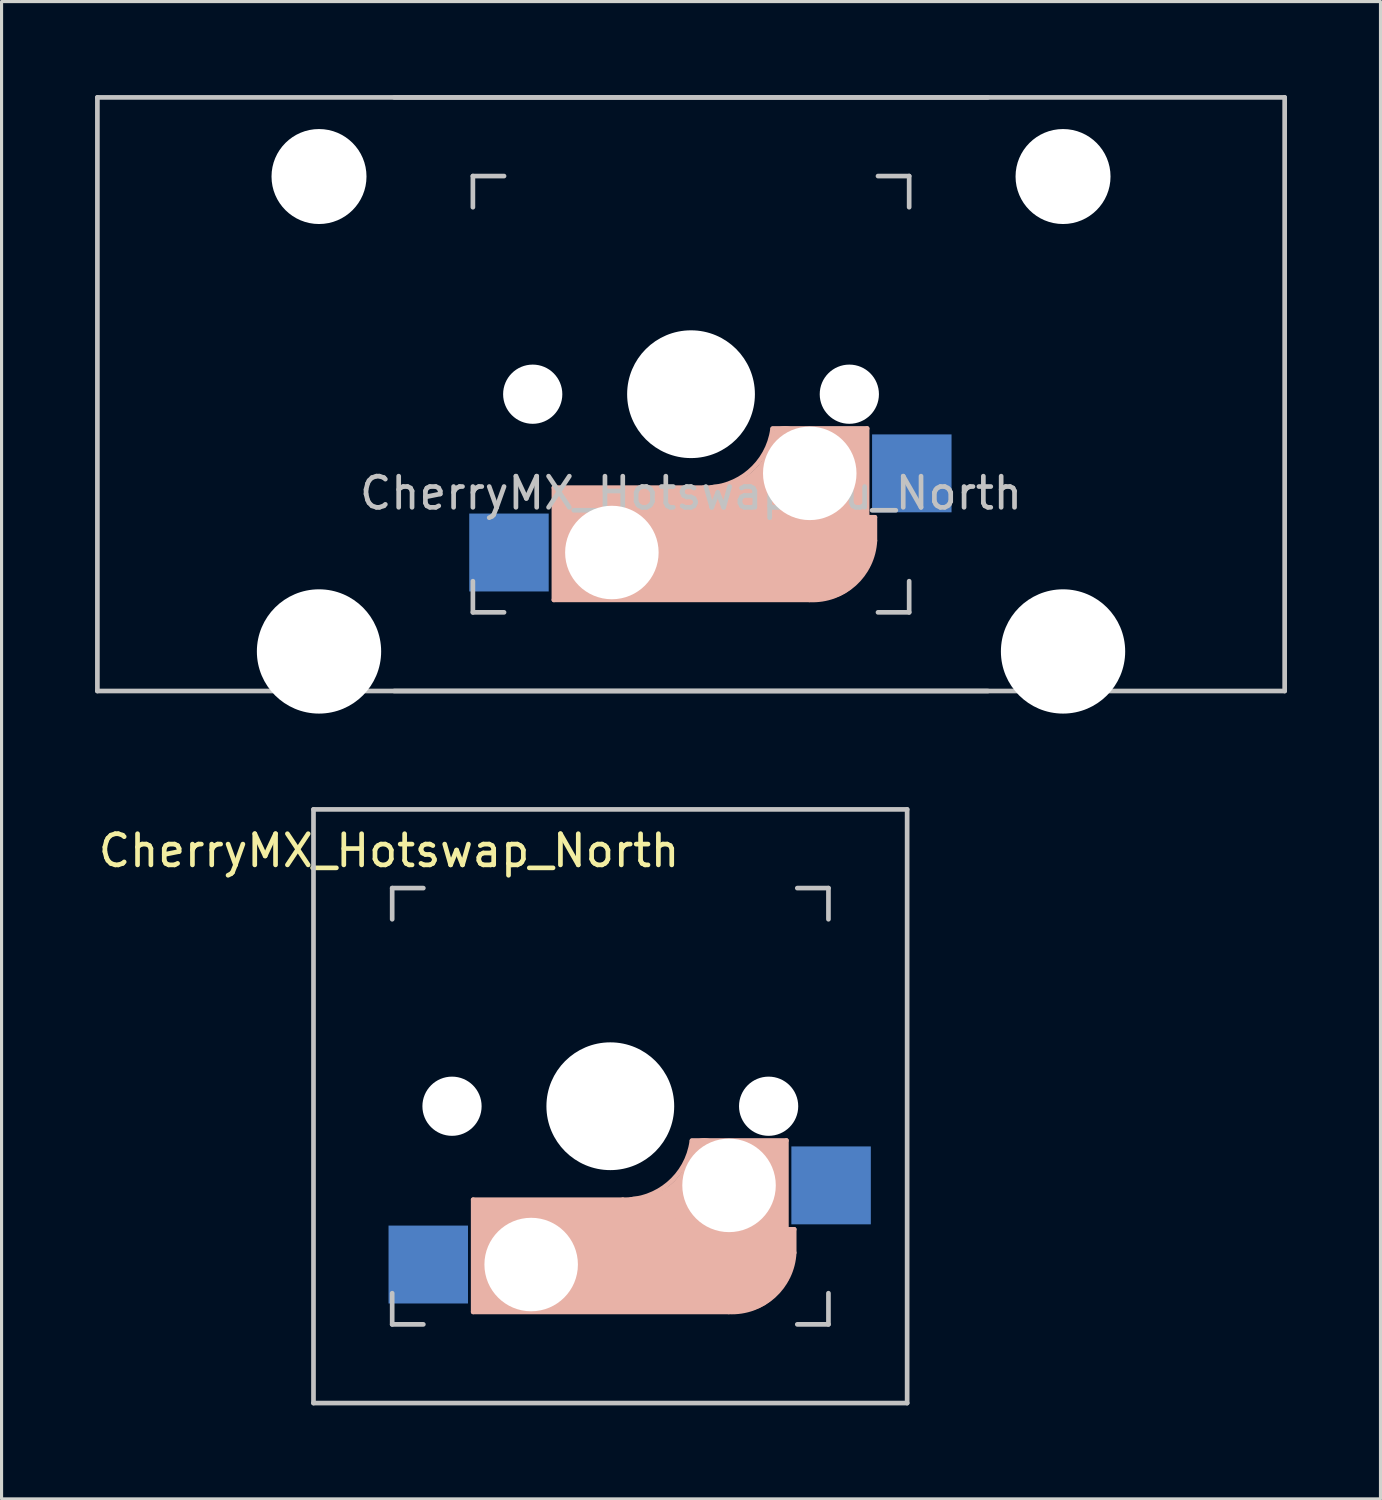
<source format=kicad_pcb>
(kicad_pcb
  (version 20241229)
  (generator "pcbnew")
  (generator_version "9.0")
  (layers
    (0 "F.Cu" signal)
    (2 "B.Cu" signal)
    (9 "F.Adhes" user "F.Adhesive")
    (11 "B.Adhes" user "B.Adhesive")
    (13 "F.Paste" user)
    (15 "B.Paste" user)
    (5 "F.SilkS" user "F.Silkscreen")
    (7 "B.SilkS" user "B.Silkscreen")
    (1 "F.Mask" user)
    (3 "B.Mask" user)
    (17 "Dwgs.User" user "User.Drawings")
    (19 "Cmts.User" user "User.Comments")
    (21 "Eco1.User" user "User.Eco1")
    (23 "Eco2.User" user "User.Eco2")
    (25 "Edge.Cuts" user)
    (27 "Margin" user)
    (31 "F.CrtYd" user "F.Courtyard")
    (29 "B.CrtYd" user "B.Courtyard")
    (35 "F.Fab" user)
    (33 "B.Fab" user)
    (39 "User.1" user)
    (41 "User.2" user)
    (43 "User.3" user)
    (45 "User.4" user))
  (footprint "CherryMX_Hotswap_2u_North"
    (layer "F.Cu")
    (at 19.125 9.6)
    (property "Reference" "CherryMX_Hotswap_2u_North" (at 0 3.175 0) (layer "Dwgs.User") (effects (font (size 1 1) (thickness 0.15))))
    (attr through_hole)
    (fp_line (start -4.4 3) (end -4.4 6.6) (stroke (width 0.15) (type solid)) (layer "B.SilkS"))
    (fp_line (start -4.4 6.6) (end 3.8 6.6) (stroke (width 0.15) (type solid)) (layer "B.SilkS"))
    (fp_line (start -4.38 4) (end -4.38 6.25) (stroke (width 0.15) (type solid)) (layer "B.SilkS"))
    (fp_line (start -4.25 6.4) (end -3 6.4) (stroke (width 0.4) (type solid)) (layer "B.SilkS"))
    (fp_line (start -4.2 3.25) (end -2.9 3.3) (stroke (width 0.5) (type solid)) (layer "B.SilkS"))
    (fp_line (start -3.9 6) (end -3.9 3.5) (stroke (width 1) (type solid)) (layer "B.SilkS"))
    (fp_line (start -2.6 4.8) (end 4.1 4.8) (stroke (width 3.5) (type solid)) (layer "B.SilkS"))
    (fp_line (start 0.4 3) (end -4.4 3) (stroke (width 0.15) (type solid)) (layer "B.SilkS"))
    (fp_line (start 4.17 5.1) (end 4.17 2.86) (stroke (width 3) (type solid)) (layer "B.SilkS"))
    (fp_line (start 5.3 1.6) (end 5.3 3.4) (stroke (width 0.8) (type solid)) (layer "B.SilkS"))
    (fp_line (start 5.45 1.3) (end 3 1.3) (stroke (width 0.5) (type solid)) (layer "B.SilkS"))
    (fp_line (start 5.65 1.1) (end 2.62 1.1) (stroke (width 0.15) (type solid)) (layer "B.SilkS"))
    (fp_line (start 5.65 5.55) (end 5.65 1.1) (stroke (width 0.15) (type solid)) (layer "B.SilkS"))
    (fp_line (start 5.8 4.05) (end 5.8 4.7) (stroke (width 0.3) (type solid)) (layer "B.SilkS"))
    (fp_line (start 5.9 3.95) (end 5.7 3.95) (stroke (width 0.15) (type solid)) (layer "B.SilkS"))
    (fp_line (start 5.9 4.7) (end 5.9 3.95) (stroke (width 0.15) (type solid)) (layer "B.SilkS"))
    (fp_arc (start 2.616318 1.121471) (mid 1.868709 2.486118) (end 0.4 3) (stroke (width 0.15) (type solid)) (layer "B.SilkS"))
    (fp_arc (start 3.016318 1.521471) (mid 2.268709 2.886118) (end 0.8 3.4) (stroke (width 1) (type solid)) (layer "B.SilkS"))
    (fp_arc (start 5.9 4.699999) (mid 5.243504 6.084924) (end 3.800001 6.6) (stroke (width 0.15) (type solid)) (layer "B.SilkS"))
    (fp_line (start -19.05 -9.525) (end 19.05 -9.525) (stroke (width 0.15) (type solid)) (layer "Dwgs.User"))
    (fp_line (start -19.05 9.525) (end -19.05 -9.525) (stroke (width 0.15) (type solid)) (layer "Dwgs.User"))
    (fp_line (start -19.05 9.525) (end 19.05 9.525) (stroke (width 0.15) (type solid)) (layer "Dwgs.User"))
    (fp_line (start -9.525 -9.525) (end 9.525 -9.525) (stroke (width 0.15) (type solid)) (layer "Dwgs.User"))
    (fp_line (start -7 -7) (end -7 -6) (stroke (width 0.15) (type solid)) (layer "Dwgs.User"))
    (fp_line (start -7 7) (end -7 6) (stroke (width 0.15) (type solid)) (layer "Dwgs.User"))
    (fp_line (start -7 7) (end -6 7) (stroke (width 0.15) (type solid)) (layer "Dwgs.User"))
    (fp_line (start -6 -7) (end -7 -7) (stroke (width 0.15) (type solid)) (layer "Dwgs.User"))
    (fp_line (start 7 -7) (end 6 -7) (stroke (width 0.15) (type solid)) (layer "Dwgs.User"))
    (fp_line (start 7 -6) (end 7 -7) (stroke (width 0.15) (type solid)) (layer "Dwgs.User"))
    (fp_line (start 7 6) (end 7 7) (stroke (width 0.15) (type solid)) (layer "Dwgs.User"))
    (fp_line (start 7 7) (end 6 7) (stroke (width 0.15) (type solid)) (layer "Dwgs.User"))
    (fp_line (start 9.525 9.525) (end -9.525 9.525) (stroke (width 0.15) (type solid)) (layer "Dwgs.User"))
    (fp_line (start 19.05 -9.525) (end 19.05 9.525) (stroke (width 0.15) (type solid)) (layer "Dwgs.User"))
    (pad "" np_thru_hole circle (at -11.938 -6.985) (size 3.048 3.048) (drill 3.048) (layers "*.Cu" "*.Mask"))
    (pad "" np_thru_hole circle (at -11.938 8.255) (size 3.988 3.988) (drill 3.988) (layers "*.Cu" "*.Mask"))
    (pad "" np_thru_hole circle (at -5.08 0 48.1) (size 1.75 1.75) (drill 1.75) (layers "*.Cu" "*.Mask"))
    (pad "" np_thru_hole circle (at -5.08 0 180) (size 1.9 1.9) (drill 1.9) (layers "*.Cu" "*.Mask"))
    (pad "" np_thru_hole circle (at -2.54 5.08 180) (size 3 3) (drill 3) (layers "*.Cu" "*.Mask"))
    (pad "" np_thru_hole circle (at 0 0) (size 3.988 3.988) (drill 3.988) (layers "*.Cu" "*.Mask"))
    (pad "" np_thru_hole circle (at 0 0 180) (size 4.1 4.1) (drill 4.1) (layers "*.Cu" "*.Mask"))
    (pad "" np_thru_hole circle (at 3.81 2.54 180) (size 3 3) (drill 3) (layers "*.Cu" "*.Mask"))
    (pad "" np_thru_hole circle (at 5.08 0 48.1) (size 1.75 1.75) (drill 1.75) (layers "*.Cu" "*.Mask"))
    (pad "" np_thru_hole circle (at 5.08 0 180) (size 1.9 1.9) (drill 1.9) (layers "*.Cu" "*.Mask"))
    (pad "" np_thru_hole circle (at 11.938 -6.985) (size 3.048 3.048) (drill 3.048) (layers "*.Cu" "*.Mask"))
    (pad "" np_thru_hole circle (at 11.938 8.255) (size 3.988 3.988) (drill 3.988) (layers "*.Cu" "*.Mask"))
    (pad "1" smd rect (at 7.085 2.54) (size 2.55 2.5) (layers "B.Cu" "B.Mask" "B.Paste"))
    (pad "2" smd rect (at -5.842 5.08) (size 2.55 2.5) (layers "B.Cu" "B.Mask" "B.Paste")))
  (footprint "CherryMX_Hotswap_North"
    (layer "F.Cu")
    (at 16.535 32.449)
    (property "Reference" "CherryMX_Hotswap_North" (at -7.1 -8.2 180) (layer "F.SilkS") (effects (font (size 1 1) (thickness 0.15))))
    (attr through_hole)
    (fp_line (start -4.4 3) (end -4.4 6.6) (stroke (width 0.15) (type solid)) (layer "B.SilkS"))
    (fp_line (start -4.4 6.6) (end 3.8 6.6) (stroke (width 0.15) (type solid)) (layer "B.SilkS"))
    (fp_line (start -4.38 4) (end -4.38 6.25) (stroke (width 0.15) (type solid)) (layer "B.SilkS"))
    (fp_line (start -4.25 6.4) (end -3 6.4) (stroke (width 0.4) (type solid)) (layer "B.SilkS"))
    (fp_line (start -4.2 3.25) (end -2.9 3.3) (stroke (width 0.5) (type solid)) (layer "B.SilkS"))
    (fp_line (start -3.9 6) (end -3.9 3.5) (stroke (width 1) (type solid)) (layer "B.SilkS"))
    (fp_line (start -2.6 4.8) (end 4.1 4.8) (stroke (width 3.5) (type solid)) (layer "B.SilkS"))
    (fp_line (start 0.4 3) (end -4.4 3) (stroke (width 0.15) (type solid)) (layer "B.SilkS"))
    (fp_line (start 4.17 5.1) (end 4.17 2.86) (stroke (width 3) (type solid)) (layer "B.SilkS"))
    (fp_line (start 5.3 1.6) (end 5.3 3.4) (stroke (width 0.8) (type solid)) (layer "B.SilkS"))
    (fp_line (start 5.45 1.3) (end 3 1.3) (stroke (width 0.5) (type solid)) (layer "B.SilkS"))
    (fp_line (start 5.65 1.1) (end 2.62 1.1) (stroke (width 0.15) (type solid)) (layer "B.SilkS"))
    (fp_line (start 5.65 5.55) (end 5.65 1.1) (stroke (width 0.15) (type solid)) (layer "B.SilkS"))
    (fp_line (start 5.8 4.05) (end 5.8 4.7) (stroke (width 0.3) (type solid)) (layer "B.SilkS"))
    (fp_line (start 5.9 3.95) (end 5.7 3.95) (stroke (width 0.15) (type solid)) (layer "B.SilkS"))
    (fp_line (start 5.9 4.7) (end 5.9 3.95) (stroke (width 0.15) (type solid)) (layer "B.SilkS"))
    (fp_arc (start 2.616318 1.121471) (mid 1.868709 2.486118) (end 0.4 3) (stroke (width 0.15) (type solid)) (layer "B.SilkS"))
    (fp_arc (start 3.016318 1.521471) (mid 2.268709 2.886118) (end 0.8 3.4) (stroke (width 1) (type solid)) (layer "B.SilkS"))
    (fp_arc (start 5.9 4.699999) (mid 5.243504 6.084924) (end 3.800001 6.6) (stroke (width 0.15) (type solid)) (layer "B.SilkS"))
    (fp_line (start -9.525 -9.525) (end 9.525 -9.525) (stroke (width 0.15) (type solid)) (layer "Dwgs.User"))
    (fp_line (start -9.525 9.525) (end -9.525 -9.525) (stroke (width 0.15) (type solid)) (layer "Dwgs.User"))
    (fp_line (start -7 -7) (end -7 -6) (stroke (width 0.15) (type solid)) (layer "Dwgs.User"))
    (fp_line (start -7 7) (end -7 6) (stroke (width 0.15) (type solid)) (layer "Dwgs.User"))
    (fp_line (start -7 7) (end -6 7) (stroke (width 0.15) (type solid)) (layer "Dwgs.User"))
    (fp_line (start -6 -7) (end -7 -7) (stroke (width 0.15) (type solid)) (layer "Dwgs.User"))
    (fp_line (start 7 -7) (end 6 -7) (stroke (width 0.15) (type solid)) (layer "Dwgs.User"))
    (fp_line (start 7 -6) (end 7 -7) (stroke (width 0.15) (type solid)) (layer "Dwgs.User"))
    (fp_line (start 7 6) (end 7 7) (stroke (width 0.15) (type solid)) (layer "Dwgs.User"))
    (fp_line (start 7 7) (end 6 7) (stroke (width 0.15) (type solid)) (layer "Dwgs.User"))
    (fp_line (start 9.525 -9.525) (end 9.525 9.525) (stroke (width 0.15) (type solid)) (layer "Dwgs.User"))
    (fp_line (start 9.525 9.525) (end -9.525 9.525) (stroke (width 0.15) (type solid)) (layer "Dwgs.User"))
    (pad "" np_thru_hole circle (at -5.08 0 180) (size 1.9 1.9) (drill 1.9) (layers "*.Cu" "*.Mask"))
    (pad "" np_thru_hole circle (at -2.54 5.08 180) (size 3 3) (drill 3) (layers "*.Cu" "*.Mask"))
    (pad "" np_thru_hole circle (at 0 0 180) (size 4.1 4.1) (drill 4.1) (layers "*.Cu" "*.Mask"))
    (pad "" np_thru_hole circle (at 3.81 2.54 180) (size 3 3) (drill 3) (layers "*.Cu" "*.Mask"))
    (pad "" np_thru_hole circle (at 5.08 0 180) (size 1.9 1.9) (drill 1.9) (layers "*.Cu" "*.Mask"))
    (pad "1" smd rect (at 7.085 2.54) (size 2.55 2.5) (layers "B.Cu" "B.Mask" "B.Paste"))
    (pad "2" smd rect (at -5.842 5.08) (size 2.55 2.5) (layers "B.Cu" "B.Mask" "B.Paste")))
  (gr_rect
    (start -3 -3)
    (end 41.25 45.049)
    (stroke (width 0.1) (type default))
    (fill no)
    (layer "Edge.Cuts")))
</source>
